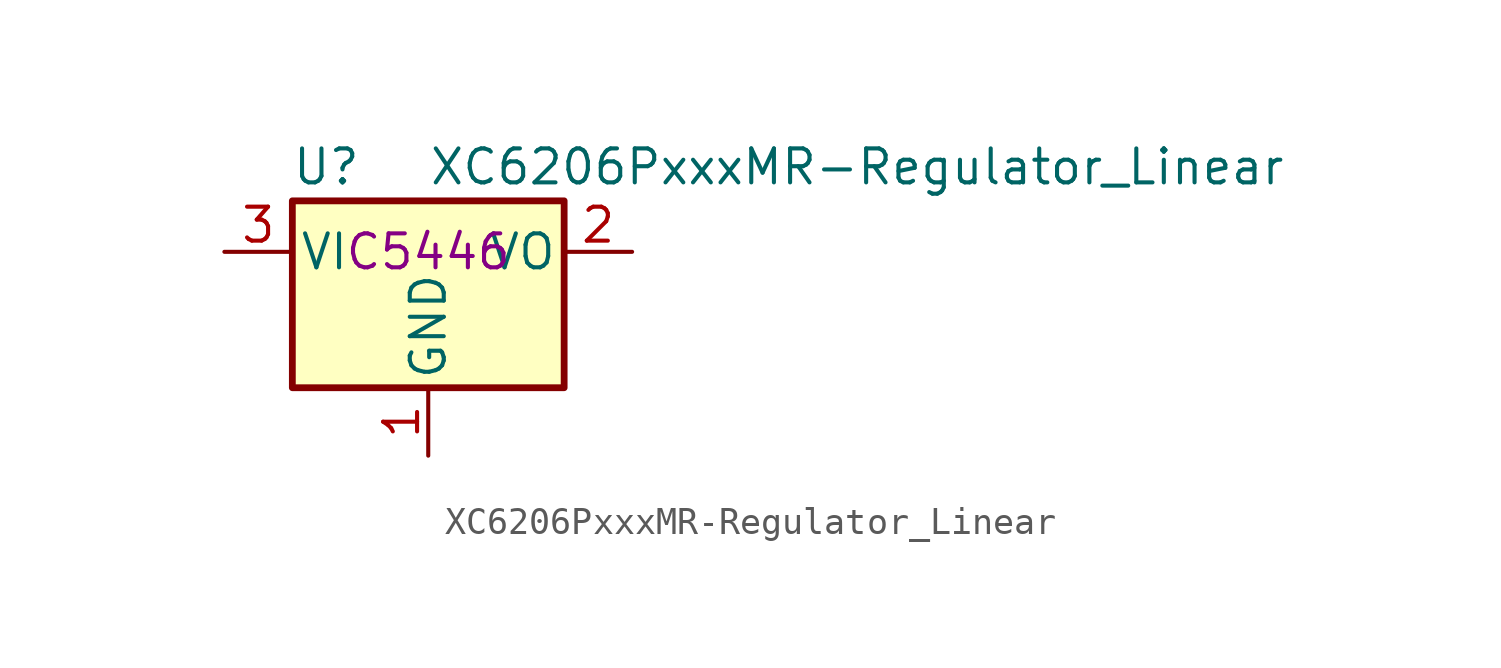
<source format=kicad_sym>
(kicad_symbol_lib
  (version 20211014)
  (generator kicad_symbol_editor)
  (symbol "XC6206PxxxMR-Regulator_Linear"
    (pin_names
      (offset 0.254))
    (property "Reference" "U"
      (at -3.81 3.175 0)
      (effects (font (size 1.27 1.27))))
    (property "Value" "XC6206PxxxMR-Regulator_Linear"
      (at 0 3.175 0)
      (effects (font (size 1.27 1.27)) (justify left)))
    (property "LCSC" "C5446"
      (at 0 0 0)
      (effects (font (size 1.27 1.27))))
    (symbol "XC6206PxxxMR-Regulator_Linear_0_1"
      (rectangle (start -5.08 1.905) (end 5.08 -5.08) (stroke (width 0.254) (type default) (color 0 0 0 0)) (fill (type background))))
    (symbol "XC6206PxxxMR-Regulator_Linear_1_1"
      (pin power_in line (at 0 -7.62 90) (length 2.54) (name "GND" (effects (font (size 1.27 1.27)))) (number "1" (effects (font (size 1.27 1.27)))))
      (pin power_out line (at 7.62 0 180) (length 2.54) (name "VO" (effects (font (size 1.27 1.27)))) (number "2" (effects (font (size 1.27 1.27)))))
      (pin power_in line (at -7.62 0 0) (length 2.54) (name "VI" (effects (font (size 1.27 1.27)))) (number "3" (effects (font (size 1.27 1.27))))))))
</source>
